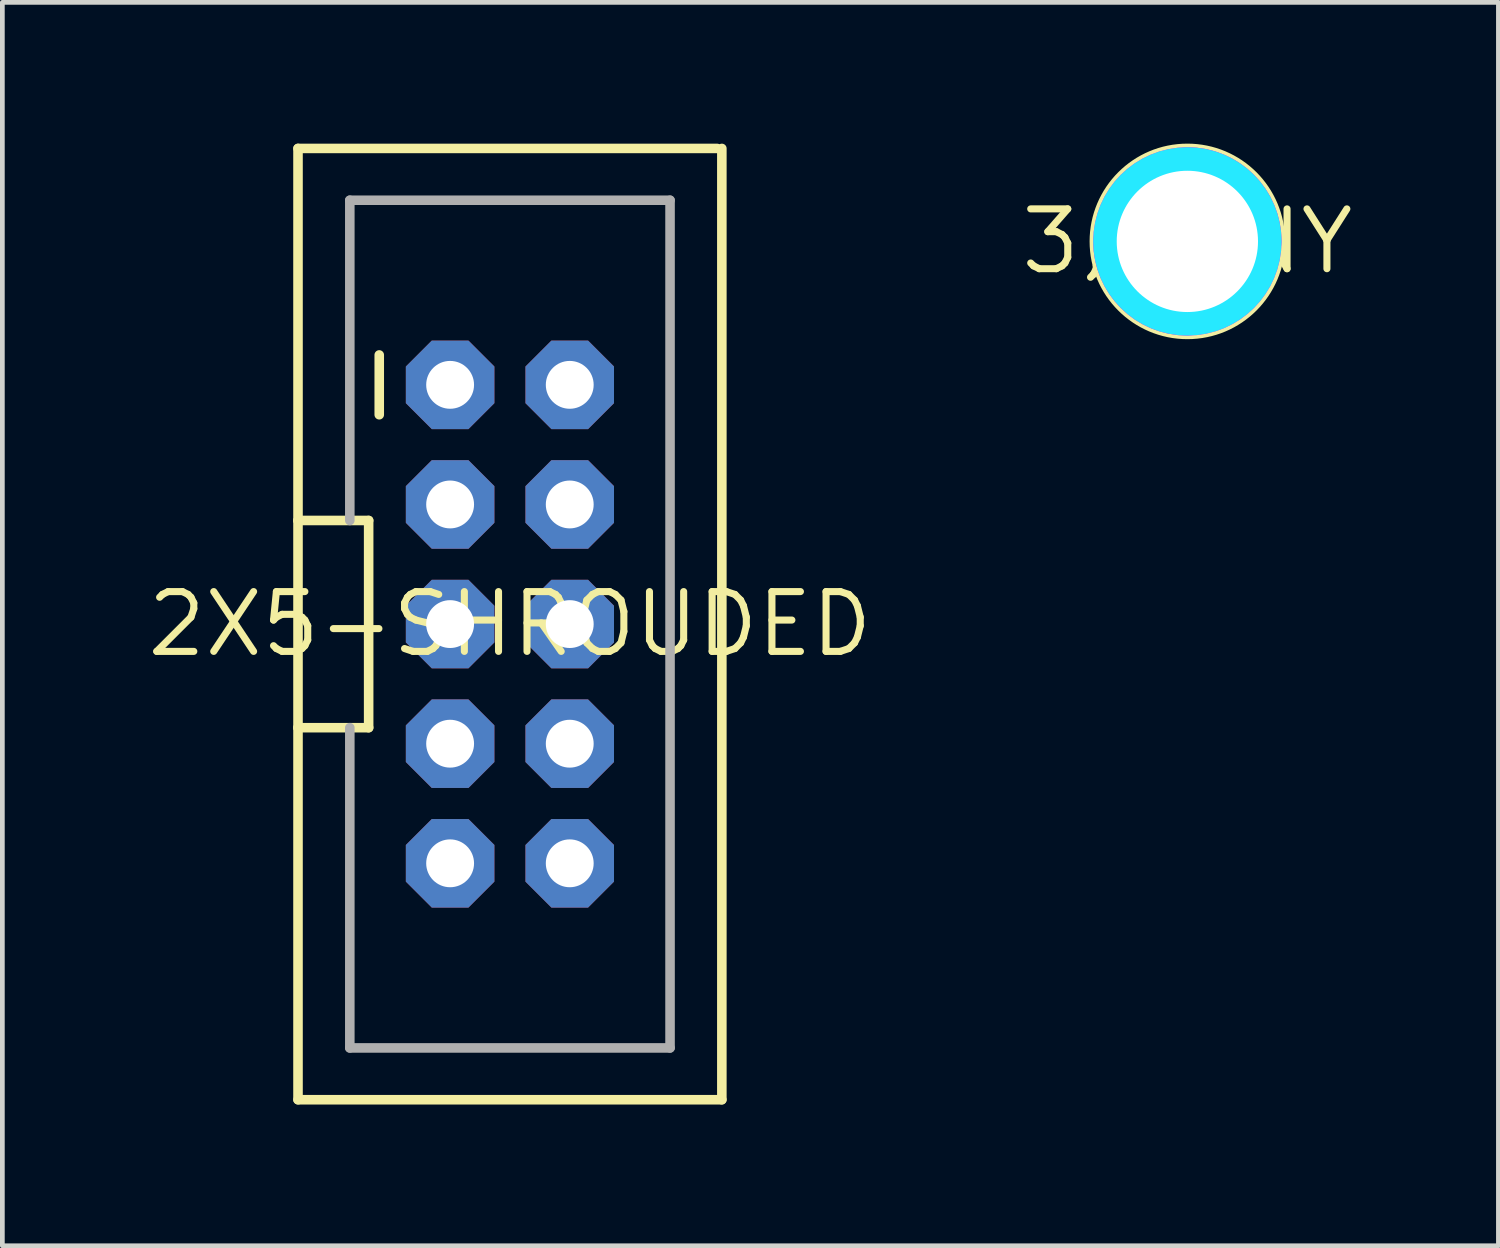
<source format=kicad_pcb>
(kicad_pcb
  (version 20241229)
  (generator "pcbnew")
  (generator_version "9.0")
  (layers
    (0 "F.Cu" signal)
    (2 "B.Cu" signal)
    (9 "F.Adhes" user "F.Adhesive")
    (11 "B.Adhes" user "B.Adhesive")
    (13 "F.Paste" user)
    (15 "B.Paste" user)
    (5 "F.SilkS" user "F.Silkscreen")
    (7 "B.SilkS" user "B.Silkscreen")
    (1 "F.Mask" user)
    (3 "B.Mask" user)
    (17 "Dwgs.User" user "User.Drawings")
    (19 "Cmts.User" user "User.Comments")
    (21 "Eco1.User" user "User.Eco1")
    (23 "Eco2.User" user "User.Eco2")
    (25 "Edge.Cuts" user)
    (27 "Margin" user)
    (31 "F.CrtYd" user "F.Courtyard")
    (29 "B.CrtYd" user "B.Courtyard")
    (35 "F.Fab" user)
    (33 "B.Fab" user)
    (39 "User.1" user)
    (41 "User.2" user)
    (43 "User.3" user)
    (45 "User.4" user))
  (footprint "2X5-SHROUDED"
    (layer "F.Cu")
    (at 7.778 10.202)
    (property "Reference" "2X5-SHROUDED" (at 0 0 0) (layer "F.SilkS") (effects (font (size 1.27 1.27) (thickness 0.15))))
    (fp_line (start -4.5 -10.1) (end 4.4 -10.1) (stroke (width 0.203) (type solid)) (layer "F.SilkS"))
    (fp_line (start -4.5 -2.2) (end -4.5 -10.1) (stroke (width 0.203) (type solid)) (layer "F.SilkS"))
    (fp_line (start -4.5 -2.2) (end -3 -2.2) (stroke (width 0.203) (type solid)) (layer "F.SilkS"))
    (fp_line (start -4.5 2.2) (end -4.5 -2.2) (stroke (width 0.203) (type solid)) (layer "F.SilkS"))
    (fp_line (start -4.5 10.1) (end -4.5 2.2) (stroke (width 0.203) (type solid)) (layer "F.SilkS"))
    (fp_line (start -3 -2.2) (end -3 2.2) (stroke (width 0.203) (type solid)) (layer "F.SilkS"))
    (fp_line (start -3 2.2) (end -4.5 2.2) (stroke (width 0.203) (type solid)) (layer "F.SilkS"))
    (fp_line (start -2.775 -5.715) (end -2.775 -4.445) (stroke (width 0.203) (type solid)) (layer "F.SilkS"))
    (fp_line (start 4.5 -10.1) (end 4.5 10.1) (stroke (width 0.203) (type solid)) (layer "F.SilkS"))
    (fp_line (start 4.5 10.1) (end -4.5 10.1) (stroke (width 0.203) (type solid)) (layer "F.SilkS"))
    (fp_line (start -3.4 -9) (end -3.4 -2.2) (stroke (width 0.203) (type solid)) (layer "F.Fab"))
    (fp_line (start -3.4 -9) (end 3.4 -9) (stroke (width 0.203) (type solid)) (layer "F.Fab"))
    (fp_line (start -3.4 9) (end -3.4 2.2) (stroke (width 0.203) (type solid)) (layer "F.Fab"))
    (fp_line (start -3.4 9) (end 3.4 9) (stroke (width 0.203) (type solid)) (layer "F.Fab"))
    (fp_line (start 3.4 -9) (end 3.4 9) (stroke (width 0.203) (type solid)) (layer "F.Fab"))
    (fp_poly (pts (xy -1.524 -4.826) (xy -1.016 -4.826) (xy -1.016 -5.334) (xy -1.524 -5.334)) (stroke (width 0.1) (type default)) (fill no) (layer "F.Fab"))
    (fp_poly (pts (xy -1.524 -2.286) (xy -1.016 -2.286) (xy -1.016 -2.794) (xy -1.524 -2.794)) (stroke (width 0.1) (type default)) (fill no) (layer "F.Fab"))
    (fp_poly (pts (xy -1.524 0.254) (xy -1.016 0.254) (xy -1.016 -0.254) (xy -1.524 -0.254)) (stroke (width 0.1) (type default)) (fill no) (layer "F.Fab"))
    (fp_poly (pts (xy -1.524 2.794) (xy -1.016 2.794) (xy -1.016 2.286) (xy -1.524 2.286)) (stroke (width 0.1) (type default)) (fill no) (layer "F.Fab"))
    (fp_poly (pts (xy -1.524 2.794) (xy -1.016 2.794) (xy -1.016 2.286) (xy -1.524 2.286)) (stroke (width 0.1) (type default)) (fill no) (layer "F.Fab"))
    (fp_poly (pts (xy -1.524 5.334) (xy -1.016 5.334) (xy -1.016 4.826) (xy -1.524 4.826)) (stroke (width 0.1) (type default)) (fill no) (layer "F.Fab"))
    (fp_poly (pts (xy 1.016 -4.826) (xy 1.524 -4.826) (xy 1.524 -5.334) (xy 1.016 -5.334)) (stroke (width 0.1) (type default)) (fill no) (layer "F.Fab"))
    (fp_poly (pts (xy 1.016 -2.286) (xy 1.524 -2.286) (xy 1.524 -2.794) (xy 1.016 -2.794)) (stroke (width 0.1) (type default)) (fill no) (layer "F.Fab"))
    (fp_poly (pts (xy 1.016 0.254) (xy 1.524 0.254) (xy 1.524 -0.254) (xy 1.016 -0.254)) (stroke (width 0.1) (type default)) (fill no) (layer "F.Fab"))
    (fp_poly (pts (xy 1.016 2.794) (xy 1.524 2.794) (xy 1.524 2.286) (xy 1.016 2.286)) (stroke (width 0.1) (type default)) (fill no) (layer "F.Fab"))
    (fp_poly (pts (xy 1.016 2.794) (xy 1.524 2.794) (xy 1.524 2.286) (xy 1.016 2.286)) (stroke (width 0.1) (type default)) (fill no) (layer "F.Fab"))
    (fp_poly (pts (xy 1.016 5.334) (xy 1.524 5.334) (xy 1.524 4.826) (xy 1.016 4.826)) (stroke (width 0.1) (type default)) (fill no) (layer "F.Fab"))
    (pad "1" thru_hole roundrect (at -1.27 -5.08 270) (size 1.88 1.88) (drill 1.016) (layers "*.Cu" "*.Mask") (roundrect_rratio 0.25) (chamfer_ratio 0.293) (chamfer top_left top_right bottom_left bottom_right))
    (pad "2" thru_hole roundrect (at 1.27 -5.08 270) (size 1.88 1.88) (drill 1.016) (layers "*.Cu" "*.Mask") (roundrect_rratio 0.25) (chamfer_ratio 0.293) (chamfer top_left top_right bottom_left bottom_right))
    (pad "3" thru_hole roundrect (at -1.27 -2.54 270) (size 1.88 1.88) (drill 1.016) (layers "*.Cu" "*.Mask") (roundrect_rratio 0.25) (chamfer_ratio 0.293) (chamfer top_left top_right bottom_left bottom_right))
    (pad "4" thru_hole roundrect (at 1.27 -2.54 270) (size 1.88 1.88) (drill 1.016) (layers "*.Cu" "*.Mask") (roundrect_rratio 0.25) (chamfer_ratio 0.293) (chamfer top_left top_right bottom_left bottom_right))
    (pad "5" thru_hole roundrect (at -1.27 0 270) (size 1.88 1.88) (drill 1.016) (layers "*.Cu" "*.Mask") (roundrect_rratio 0.25) (chamfer_ratio 0.293) (chamfer top_left top_right bottom_left bottom_right))
    (pad "6" thru_hole roundrect (at 1.27 0 270) (size 1.88 1.88) (drill 1.016) (layers "*.Cu" "*.Mask") (roundrect_rratio 0.25) (chamfer_ratio 0.293) (chamfer top_left top_right bottom_left bottom_right))
    (pad "7" thru_hole roundrect (at -1.27 2.54 270) (size 1.88 1.88) (drill 1.016) (layers "*.Cu" "*.Mask") (roundrect_rratio 0.25) (chamfer_ratio 0.293) (chamfer top_left top_right bottom_left bottom_right))
    (pad "8" thru_hole roundrect (at 1.27 2.54 270) (size 1.88 1.88) (drill 1.016) (layers "*.Cu" "*.Mask") (roundrect_rratio 0.25) (chamfer_ratio 0.293) (chamfer top_left top_right bottom_left bottom_right))
    (pad "9" thru_hole roundrect (at -1.27 5.08 270) (size 1.88 1.88) (drill 1.016) (layers "*.Cu" "*.Mask") (roundrect_rratio 0.25) (chamfer_ratio 0.293) (chamfer top_left top_right bottom_left bottom_right))
    (pad "10" thru_hole roundrect (at 1.27 5.08 270) (size 1.88 1.88) (drill 1.016) (layers "*.Cu" "*.Mask") (roundrect_rratio 0.25) (chamfer_ratio 0.293) (chamfer top_left top_right bottom_left bottom_right)))
  (footprint "3,0TINY"
    (layer "F.Cu")
    (at 22.163 2.076)
    (property "Reference" "3,0TINY" (at 0 0 0) (layer "F.SilkS") (effects (font (size 1.27 1.27) (thickness 0.15))))
    (fp_circle (center 0 0) (end 1.5 0) (stroke (width 0.203) (type solid)) (fill no) (layer "F.SilkS"))
    (fp_circle (center 0 0) (end 2 0) (stroke (width 0.152) (type solid)) (fill no) (layer "F.SilkS"))
    (fp_circle (center 0 0) (end 1 0) (stroke (width 2) (type solid)) (fill no) (layer "B.CrtYd"))
    (fp_circle (center 0 0) (end 1 0) (stroke (width 2) (type solid)) (fill no) (layer "F.CrtYd"))
    (fp_arc (start 0 -1.5) (mid 1.06066 -1.06066) (end 1.5 0) (stroke (width 1) (type solid)) (layer "F.Fab"))
    (fp_arc (start 0 1.5) (mid -1.06066 1.06066) (end -1.5 0) (stroke (width 1) (type solid)) (layer "F.Fab"))
    (fp_circle (center 0 0) (end 0.635 0) (stroke (width 0.457) (type solid)) (fill no) (layer "F.Fab"))
    (pad "" np_thru_hole circle (at 0 0) (size 3 3) (drill 3) (layers "*.Cu" "*.Mask"))
    (zone (net_name "") (layer "F.Cu") (hatch edge 0.5) (connect_pads) (min_thickness 0.25) (filled_areas_thickness no) (keepout (tracks not_allowed) (vias not_allowed) (pads not_allowed) (copperpour not_allowed) (footprints allowed)) (placement (enabled no)) (fill) (polygon (pts (xy 24.163 2.076) (xy 24.142 1.792) (xy 24.082 1.513) (xy 23.982 1.245) (xy 23.845 0.995) (xy 23.674 0.766) (xy 23.472 0.565) (xy 23.244 0.394) (xy 22.993 0.257) (xy 22.726 0.157) (xy 22.447 0.097) (xy 22.163 0.076) (xy 21.878 0.097) (xy 21.599 0.157) (xy 21.332 0.257) (xy 21.081 0.394) (xy 20.853 0.565) (xy 20.651 0.766) (xy 20.48 0.995) (xy 20.343 1.245) (xy 20.244 1.513) (xy 20.183 1.792) (xy 20.163 2.076) (xy 20.183 2.361) (xy 20.244 2.64) (xy 20.343 2.907) (xy 20.48 3.157) (xy 20.651 3.386) (xy 20.853 3.588) (xy 21.081 3.759) (xy 21.332 3.895) (xy 21.599 3.995) (xy 21.878 4.056) (xy 22.163 4.076) (xy 22.447 4.056) (xy 22.726 3.995) (xy 22.993 3.895) (xy 23.244 3.759) (xy 23.472 3.588) (xy 23.674 3.386) (xy 23.845 3.157) (xy 23.982 2.907) (xy 24.082 2.64) (xy 24.142 2.361))) (polygon (pts (xy 22.163 2.076))))
    (zone (net_name "") (layers "F.Cu" "B.Cu") (hatch edge 0.5) (connect_pads) (min_thickness 0.25) (filled_areas_thickness no) (keepout (tracks allowed) (vias not_allowed) (pads allowed) (copperpour allowed) (footprints allowed)) (placement (enabled no)) (fill) (polygon (pts (xy 24.163 2.076) (xy 24.142 1.792) (xy 24.082 1.513) (xy 23.982 1.245) (xy 23.845 0.995) (xy 23.674 0.766) (xy 23.472 0.565) (xy 23.244 0.394) (xy 22.993 0.257) (xy 22.726 0.157) (xy 22.447 0.097) (xy 22.163 0.076) (xy 21.878 0.097) (xy 21.599 0.157) (xy 21.332 0.257) (xy 21.081 0.394) (xy 20.853 0.565) (xy 20.651 0.766) (xy 20.48 0.995) (xy 20.343 1.245) (xy 20.244 1.513) (xy 20.183 1.792) (xy 20.163 2.076) (xy 20.183 2.361) (xy 20.244 2.64) (xy 20.343 2.907) (xy 20.48 3.157) (xy 20.651 3.386) (xy 20.853 3.588) (xy 21.081 3.759) (xy 21.332 3.895) (xy 21.599 3.995) (xy 21.878 4.056) (xy 22.163 4.076) (xy 22.447 4.056) (xy 22.726 3.995) (xy 22.993 3.895) (xy 23.244 3.759) (xy 23.472 3.588) (xy 23.674 3.386) (xy 23.845 3.157) (xy 23.982 2.907) (xy 24.082 2.64) (xy 24.142 2.361))) (polygon (pts (xy 22.163 2.076))))
    (zone (net_name "") (layer "B.Cu") (hatch edge 0.5) (connect_pads) (min_thickness 0.25) (filled_areas_thickness no) (keepout (tracks not_allowed) (vias not_allowed) (pads not_allowed) (copperpour not_allowed) (footprints allowed)) (placement (enabled no)) (fill) (polygon (pts (xy 24.163 2.076) (xy 24.142 1.792) (xy 24.082 1.513) (xy 23.982 1.245) (xy 23.845 0.995) (xy 23.674 0.766) (xy 23.472 0.565) (xy 23.244 0.394) (xy 22.993 0.257) (xy 22.726 0.157) (xy 22.447 0.097) (xy 22.163 0.076) (xy 21.878 0.097) (xy 21.599 0.157) (xy 21.332 0.257) (xy 21.081 0.394) (xy 20.853 0.565) (xy 20.651 0.766) (xy 20.48 0.995) (xy 20.343 1.245) (xy 20.244 1.513) (xy 20.183 1.792) (xy 20.163 2.076) (xy 20.183 2.361) (xy 20.244 2.64) (xy 20.343 2.907) (xy 20.48 3.157) (xy 20.651 3.386) (xy 20.853 3.588) (xy 21.081 3.759) (xy 21.332 3.895) (xy 21.599 3.995) (xy 21.878 4.056) (xy 22.163 4.076) (xy 22.447 4.056) (xy 22.726 3.995) (xy 22.993 3.895) (xy 23.244 3.759) (xy 23.472 3.588) (xy 23.674 3.386) (xy 23.845 3.157) (xy 23.982 2.907) (xy 24.082 2.64) (xy 24.142 2.361))) (polygon (pts (xy 22.163 2.076)))))
  (gr_rect
    (start -3 -3)
    (end 28.768 23.403)
    (stroke (width 0.1) (type default))
    (fill no)
    (layer "Edge.Cuts")))
</source>
